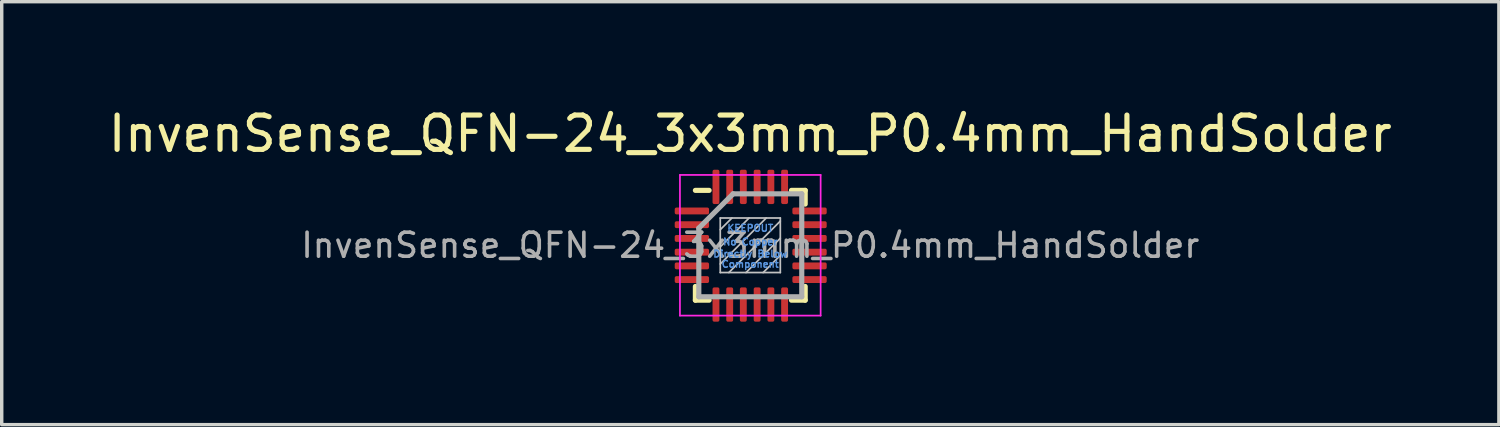
<source format=kicad_pcb>
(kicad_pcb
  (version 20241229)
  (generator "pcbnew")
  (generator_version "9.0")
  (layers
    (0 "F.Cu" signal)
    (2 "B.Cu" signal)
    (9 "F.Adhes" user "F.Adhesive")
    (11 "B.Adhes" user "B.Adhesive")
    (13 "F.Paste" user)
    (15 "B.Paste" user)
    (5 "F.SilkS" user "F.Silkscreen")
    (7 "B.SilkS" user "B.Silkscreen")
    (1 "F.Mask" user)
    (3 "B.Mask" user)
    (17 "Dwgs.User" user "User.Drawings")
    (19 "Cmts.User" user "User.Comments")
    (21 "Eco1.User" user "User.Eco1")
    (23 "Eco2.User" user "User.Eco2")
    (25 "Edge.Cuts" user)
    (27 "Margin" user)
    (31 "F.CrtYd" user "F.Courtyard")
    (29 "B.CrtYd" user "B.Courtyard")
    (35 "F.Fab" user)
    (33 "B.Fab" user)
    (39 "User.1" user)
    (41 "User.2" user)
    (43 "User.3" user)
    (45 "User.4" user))
  (footprint "InvenSense_QFN-24_3x3mm_P0.4mm_HandSolder"
    (layer "F.Cu")
    (at 18.815 4.098)
    (property "Reference" "InvenSense_QFN-24_3x3mm_P0.4mm_HandSolder" (at 0 -3.25 0) (layer "F.SilkS") (effects (font (size 1 1) (thickness 0.15))))
    (attr smd)
    (fp_line (start -1.6 -1.6) (end -1.2 -1.6) (stroke (width 0.15) (type solid)) (layer "F.SilkS"))
    (fp_line (start -1.6 1.6) (end -1.6 1.2) (stroke (width 0.15) (type solid)) (layer "F.SilkS"))
    (fp_line (start -1.6 1.6) (end -1.2 1.6) (stroke (width 0.15) (type solid)) (layer "F.SilkS"))
    (fp_line (start 1.6 -1.6) (end 1.2 -1.6) (stroke (width 0.15) (type solid)) (layer "F.SilkS"))
    (fp_line (start 1.6 -1.6) (end 1.6 -1.2) (stroke (width 0.15) (type solid)) (layer "F.SilkS"))
    (fp_line (start 1.6 1.6) (end 1.2 1.6) (stroke (width 0.15) (type solid)) (layer "F.SilkS"))
    (fp_line (start 1.6 1.6) (end 1.6 1.2) (stroke (width 0.15) (type solid)) (layer "F.SilkS"))
    (fp_line (start -0.875 -0.795) (end -0.875 0.795) (stroke (width 0.05) (type solid)) (layer "Dwgs.User"))
    (fp_line (start -0.875 -0.795) (end 0.875 -0.795) (stroke (width 0.05) (type solid)) (layer "Dwgs.User"))
    (fp_line (start -0.875 0.795) (end 0.875 0.795) (stroke (width 0.05) (type solid)) (layer "Dwgs.User"))
    (fp_line (start -0.535 -0.795) (end -0.875 -0.455) (stroke (width 0.05) (type solid)) (layer "Dwgs.User"))
    (fp_line (start -0.035 -0.795) (end -0.875 0.045) (stroke (width 0.05) (type solid)) (layer "Dwgs.User"))
    (fp_line (start 0.465 -0.795) (end -0.875 0.545) (stroke (width 0.05) (type solid)) (layer "Dwgs.User"))
    (fp_line (start 0.875 -0.795) (end 0.875 0.795) (stroke (width 0.05) (type solid)) (layer "Dwgs.User"))
    (fp_line (start 0.875 -0.705) (end -0.625 0.795) (stroke (width 0.05) (type solid)) (layer "Dwgs.User"))
    (fp_line (start 0.875 -0.205) (end -0.125 0.795) (stroke (width 0.05) (type solid)) (layer "Dwgs.User"))
    (fp_line (start 0.875 0.295) (end 0.375 0.795) (stroke (width 0.05) (type solid)) (layer "Dwgs.User"))
    (fp_line (start -2.05 -2.05) (end 2.05 -2.05) (stroke (width 0.05) (type solid)) (layer "F.CrtYd"))
    (fp_line (start -2.05 2.05) (end -2.05 -2.05) (stroke (width 0.05) (type solid)) (layer "F.CrtYd"))
    (fp_line (start 2.05 -2.05) (end 2.05 2.05) (stroke (width 0.05) (type solid)) (layer "F.CrtYd"))
    (fp_line (start 2.05 2.05) (end -2.05 2.05) (stroke (width 0.05) (type solid)) (layer "F.CrtYd"))
    (fp_line (start -1.5 -0.5) (end -0.5 -1.5) (stroke (width 0.15) (type solid)) (layer "F.Fab"))
    (fp_line (start -1.5 1.5) (end -1.5 -0.5) (stroke (width 0.15) (type solid)) (layer "F.Fab"))
    (fp_line (start -0.5 -1.5) (end 1.5 -1.5) (stroke (width 0.15) (type solid)) (layer "F.Fab"))
    (fp_line (start 1.5 -1.5) (end 1.5 1.5) (stroke (width 0.15) (type solid)) (layer "F.Fab"))
    (fp_line (start 1.5 1.5) (end -1.5 1.5) (stroke (width 0.15) (type solid)) (layer "F.Fab"))
    (fp_text user "Directly Below" (at 0 0.25 0) (layer "Cmts.User") (effects (font (size 0.2 0.2) (thickness 0.04))))
    (fp_text user "No Copper" (at 0 -0.1 0) (layer "Cmts.User") (effects (font (size 0.2 0.2) (thickness 0.04))))
    (fp_text user "Component" (at 0 0.55 0) (layer "Cmts.User") (effects (font (size 0.2 0.2) (thickness 0.04))))
    (fp_text user "KEEPOUT" (at 0 -0.5 0) (layer "Cmts.User") (effects (font (size 0.2 0.2) (thickness 0.04))))
    (fp_text user "${REFERENCE}" (at 0 0 0) (layer "F.Fab") (effects (font (size 0.7 0.7) (thickness 0.105))))
    (pad "1" smd roundrect (at -1.702 -1) (size 1 0.2) (layers "F.Cu" "F.Mask" "F.Paste") (roundrect_rratio 0.25))
    (pad "2" smd roundrect (at -1.702 -0.6) (size 1 0.2) (layers "F.Cu" "F.Mask" "F.Paste") (roundrect_rratio 0.25))
    (pad "3" smd roundrect (at -1.702 -0.2) (size 1 0.2) (layers "F.Cu" "F.Mask" "F.Paste") (roundrect_rratio 0.25))
    (pad "4" smd roundrect (at -1.702 0.2) (size 1 0.2) (layers "F.Cu" "F.Mask" "F.Paste") (roundrect_rratio 0.25))
    (pad "5" smd roundrect (at -1.702 0.6) (size 1 0.2) (layers "F.Cu" "F.Mask" "F.Paste") (roundrect_rratio 0.25))
    (pad "6" smd roundrect (at -1.702 1) (size 1 0.2) (layers "F.Cu" "F.Mask" "F.Paste") (roundrect_rratio 0.25))
    (pad "7" smd roundrect (at -1 1.727 90) (size 1 0.2) (layers "F.Cu" "F.Mask" "F.Paste") (roundrect_rratio 0.25))
    (pad "8" smd roundrect (at -0.6 1.727 90) (size 1 0.2) (layers "F.Cu" "F.Mask" "F.Paste") (roundrect_rratio 0.25))
    (pad "9" smd roundrect (at -0.203 1.727 90) (size 1 0.2) (layers "F.Cu" "F.Mask" "F.Paste") (roundrect_rratio 0.25))
    (pad "10" smd roundrect (at 0.2 1.727 90) (size 1 0.2) (layers "F.Cu" "F.Mask" "F.Paste") (roundrect_rratio 0.25))
    (pad "11" smd roundrect (at 0.6 1.727 90) (size 1 0.2) (layers "F.Cu" "F.Mask" "F.Paste") (roundrect_rratio 0.25))
    (pad "12" smd roundrect (at 1 1.727 90) (size 1 0.2) (layers "F.Cu" "F.Mask" "F.Paste") (roundrect_rratio 0.25))
    (pad "13" smd roundrect (at 1.727 1) (size 1 0.2) (layers "F.Cu" "F.Mask" "F.Paste") (roundrect_rratio 0.25))
    (pad "14" smd roundrect (at 1.727 0.6) (size 1 0.2) (layers "F.Cu" "F.Mask" "F.Paste") (roundrect_rratio 0.25))
    (pad "15" smd roundrect (at 1.727 0.2) (size 1 0.2) (layers "F.Cu" "F.Mask" "F.Paste") (roundrect_rratio 0.25))
    (pad "16" smd roundrect (at 1.727 -0.2) (size 1 0.2) (layers "F.Cu" "F.Mask" "F.Paste") (roundrect_rratio 0.25))
    (pad "17" smd roundrect (at 1.727 -0.6) (size 1 0.2) (layers "F.Cu" "F.Mask" "F.Paste") (roundrect_rratio 0.25))
    (pad "18" smd roundrect (at 1.727 -1) (size 1 0.2) (layers "F.Cu" "F.Mask" "F.Paste") (roundrect_rratio 0.25))
    (pad "19" smd roundrect (at 1 -1.702 90) (size 1 0.2) (layers "F.Cu" "F.Mask" "F.Paste") (roundrect_rratio 0.25))
    (pad "20" smd roundrect (at 0.6 -1.702 90) (size 1 0.2) (layers "F.Cu" "F.Mask" "F.Paste") (roundrect_rratio 0.25))
    (pad "21" smd roundrect (at 0.2 -1.702 90) (size 1 0.2) (layers "F.Cu" "F.Mask" "F.Paste") (roundrect_rratio 0.25))
    (pad "22" smd roundrect (at -0.203 -1.702 90) (size 1 0.2) (layers "F.Cu" "F.Mask" "F.Paste") (roundrect_rratio 0.25))
    (pad "23" smd roundrect (at -0.6 -1.702 90) (size 1 0.2) (layers "F.Cu" "F.Mask" "F.Paste") (roundrect_rratio 0.25))
    (pad "24" smd roundrect (at -1 -1.702 90) (size 1 0.2) (layers "F.Cu" "F.Mask" "F.Paste") (roundrect_rratio 0.25)))
  (gr_rect
    (start -3 -3)
    (end 40.631 9.325)
    (stroke (width 0.1) (type default))
    (fill no)
    (layer "Edge.Cuts")))
</source>
